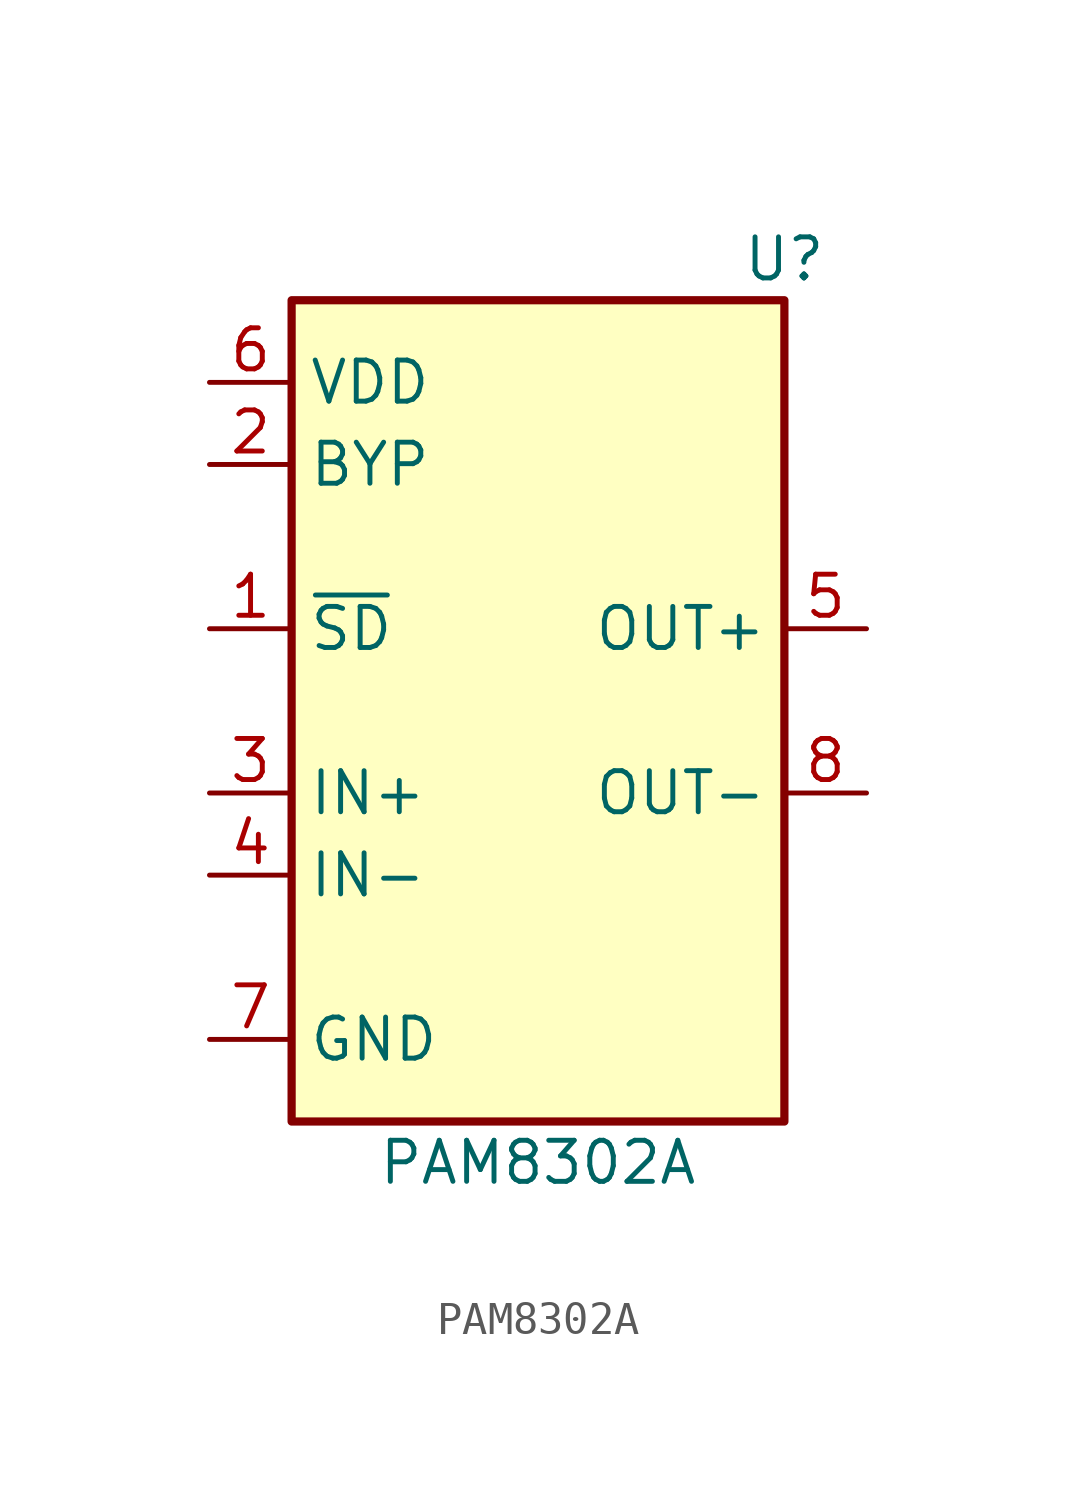
<source format=kicad_sym>
(kicad_symbol_lib
  (version 20231120)
  (generator "kicad_symbol_editor")
  (generator_version "8.99")
  (symbol "PAM8302A"
    (property "Reference" "U"
      (at 7.62 13.97 0)
      (effects (font (size 1.27 1.27))))
    (property "Value" "PAM8302A"
      (at 0 -13.97 0)
      (effects (font (size 1.27 1.27))))
    (symbol "PAM8302A_0_1"
      (rectangle (start -7.62 12.7) (end 7.62 -12.7) (stroke (width 0.254) (type default)) (fill (type background))))
    (symbol "PAM8302A_1_1"
      (pin power_in line (at -10.16 10.16 0) (length 2.54) (name "VDD" (effects (font (size 1.27 1.27)))) (number "6" (effects (font (size 1.27 1.27)))))
      (pin input line (at -10.16 7.62 0) (length 2.54) (name "BYP" (effects (font (size 1.27 1.27)))) (number "2" (effects (font (size 1.27 1.27)))))
      (pin input line (at -10.16 2.54 0) (length 2.54) (name "~{SD}" (effects (font (size 1.27 1.27)))) (number "1" (effects (font (size 1.27 1.27)))))
      (pin input line (at -10.16 -2.54 0) (length 2.54) (name "IN+" (effects (font (size 1.27 1.27)))) (number "3" (effects (font (size 1.27 1.27)))))
      (pin input line (at -10.16 -5.08 0) (length 2.54) (name "IN-" (effects (font (size 1.27 1.27)))) (number "4" (effects (font (size 1.27 1.27)))))
      (pin power_in line (at -10.16 -10.16 0) (length 2.54) (name "GND" (effects (font (size 1.27 1.27)))) (number "7" (effects (font (size 1.27 1.27)))))
      (pin output line (at 10.16 2.54 180) (length 2.54) (name "OUT+" (effects (font (size 1.27 1.27)))) (number "5" (effects (font (size 1.27 1.27)))))
      (pin output line (at 10.16 -2.54 180) (length 2.54) (name "OUT-" (effects (font (size 1.27 1.27)))) (number "8" (effects (font (size 1.27 1.27))))))))
</source>
